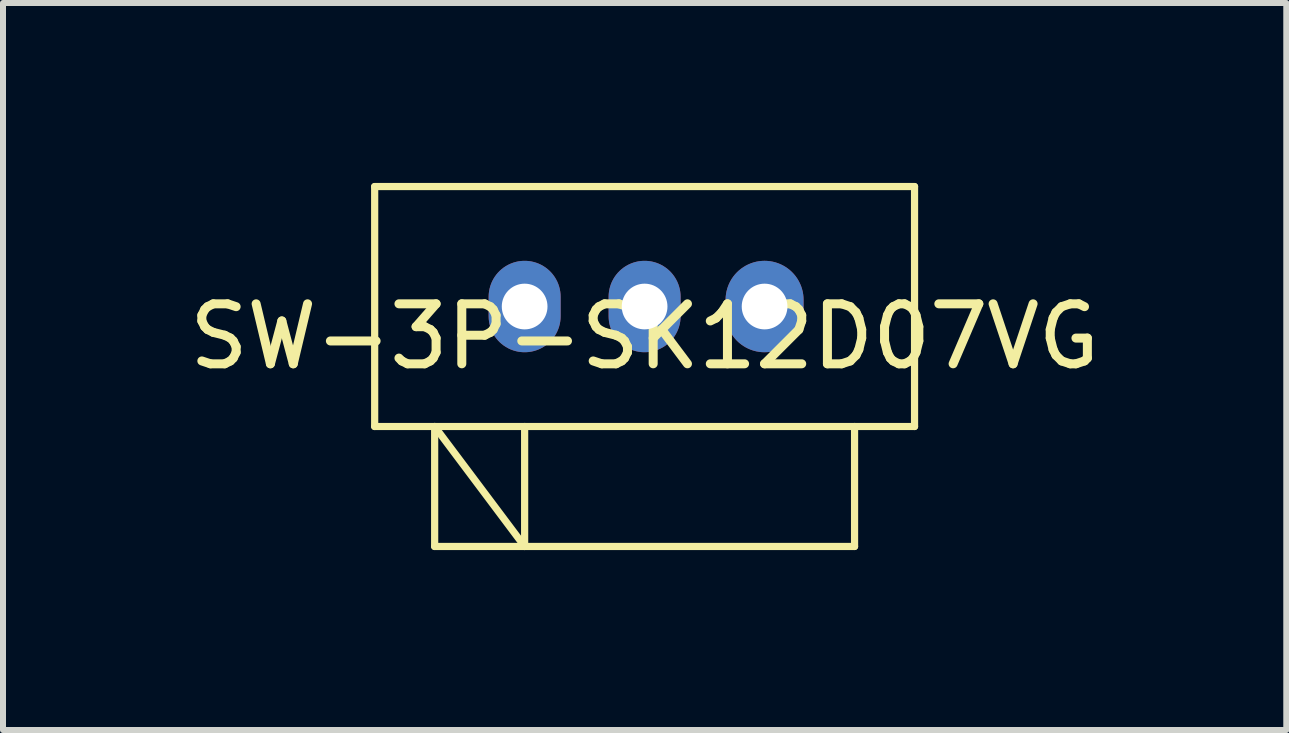
<source format=kicad_pcb>
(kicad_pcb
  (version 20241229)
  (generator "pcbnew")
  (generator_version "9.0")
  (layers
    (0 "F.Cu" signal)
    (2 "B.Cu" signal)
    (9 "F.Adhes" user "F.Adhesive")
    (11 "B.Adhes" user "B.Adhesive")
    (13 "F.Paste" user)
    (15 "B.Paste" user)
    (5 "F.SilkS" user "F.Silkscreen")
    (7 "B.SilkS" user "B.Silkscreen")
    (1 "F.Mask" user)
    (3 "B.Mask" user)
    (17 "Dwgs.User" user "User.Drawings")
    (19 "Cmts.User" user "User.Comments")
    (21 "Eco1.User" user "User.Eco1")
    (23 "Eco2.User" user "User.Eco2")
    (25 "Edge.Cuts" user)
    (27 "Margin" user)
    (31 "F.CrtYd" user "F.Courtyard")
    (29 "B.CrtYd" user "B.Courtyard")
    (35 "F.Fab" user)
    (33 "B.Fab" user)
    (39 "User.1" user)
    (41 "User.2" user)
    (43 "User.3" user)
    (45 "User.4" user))
  (footprint "SW-3P-SK12D07VG"
    (layer "F.Cu")
    (at 7.696 2.06)
    (property "Reference" "SW-3P-SK12D07VG" (at 0 0.5 0) (layer "F.SilkS") (effects (font (size 1 1) (thickness 0.15))))
    (attr through_hole)
    (fp_line (start -4.5 -2) (end 4.5 -2) (stroke (width 0.12) (type solid)) (layer "F.SilkS"))
    (fp_line (start -4.5 2) (end -4.5 -2) (stroke (width 0.12) (type solid)) (layer "F.SilkS"))
    (fp_line (start -3.5 2) (end -3.5 4) (stroke (width 0.12) (type solid)) (layer "F.SilkS"))
    (fp_line (start -3.5 2) (end -2 4) (stroke (width 0.12) (type solid)) (layer "F.SilkS"))
    (fp_line (start -3.5 4) (end 3.5 4) (stroke (width 0.12) (type solid)) (layer "F.SilkS"))
    (fp_line (start -2 2) (end -2 4) (stroke (width 0.12) (type solid)) (layer "F.SilkS"))
    (fp_line (start 3.5 4) (end 3.5 2) (stroke (width 0.12) (type solid)) (layer "F.SilkS"))
    (fp_line (start 4.5 -2) (end 4.5 2) (stroke (width 0.12) (type solid)) (layer "F.SilkS"))
    (fp_line (start 4.5 2) (end -4.5 2) (stroke (width 0.12) (type solid)) (layer "F.SilkS"))
    (pad "1" thru_hole oval (at -2 0) (size 1.2 1.524) (drill 0.762) (layers "*.Cu" "*.Mask"))
    (pad "2" thru_hole oval (at 0 0) (size 1.2 1.524) (drill 0.762) (layers "*.Cu" "*.Mask"))
    (pad "3" thru_hole oval (at 2 0) (size 1.3 1.524) (drill 0.762) (layers "*.Cu" "*.Mask")))
  (gr_rect
    (start -3 -3)
    (end 18.393 9.12)
    (stroke (width 0.1) (type default))
    (fill no)
    (layer "Edge.Cuts")))
</source>
